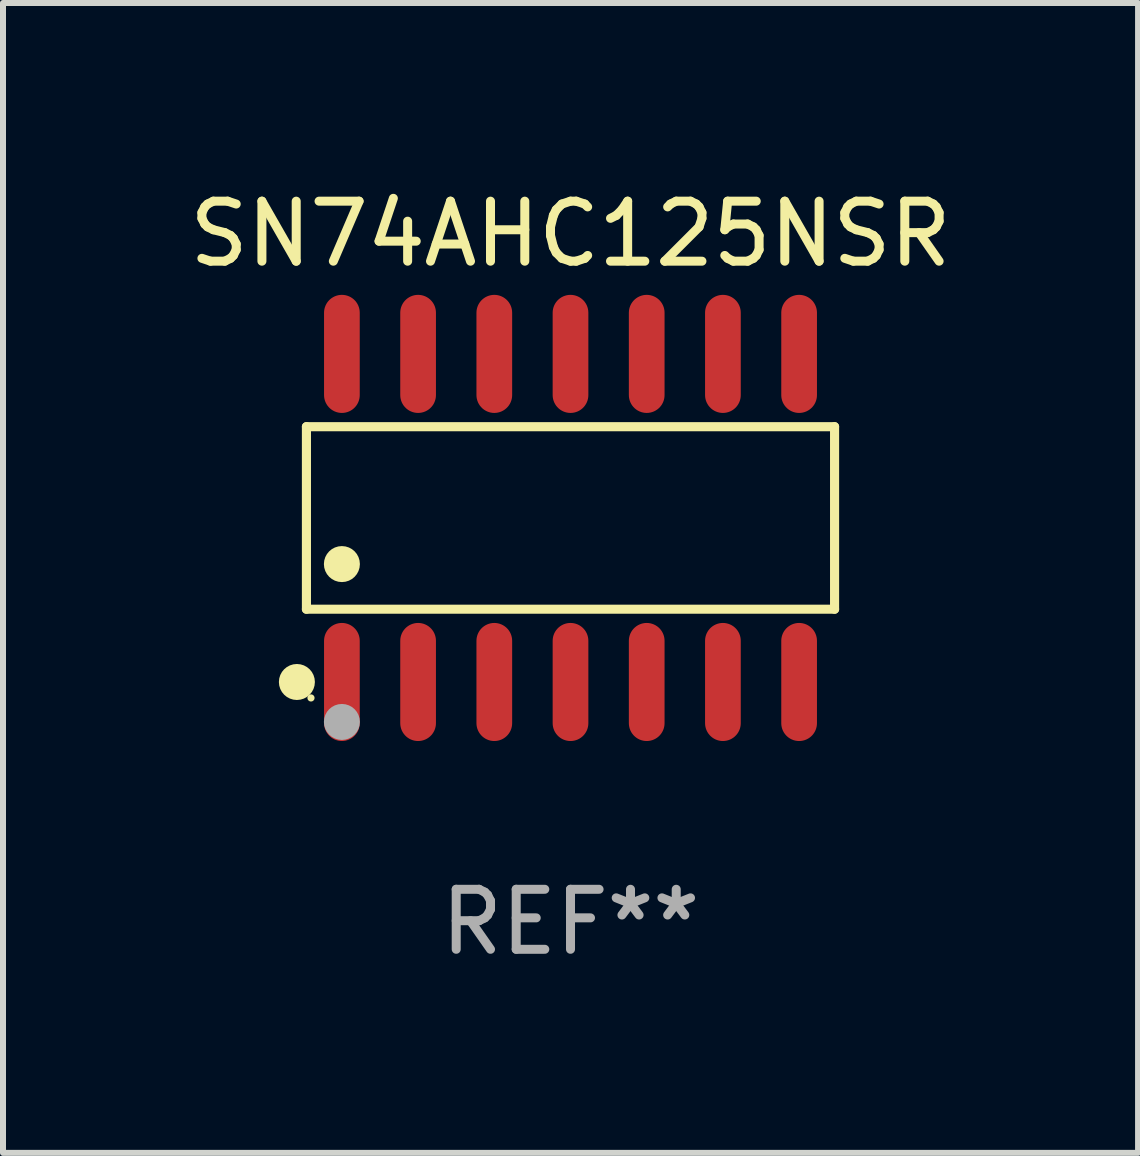
<source format=kicad_pcb>
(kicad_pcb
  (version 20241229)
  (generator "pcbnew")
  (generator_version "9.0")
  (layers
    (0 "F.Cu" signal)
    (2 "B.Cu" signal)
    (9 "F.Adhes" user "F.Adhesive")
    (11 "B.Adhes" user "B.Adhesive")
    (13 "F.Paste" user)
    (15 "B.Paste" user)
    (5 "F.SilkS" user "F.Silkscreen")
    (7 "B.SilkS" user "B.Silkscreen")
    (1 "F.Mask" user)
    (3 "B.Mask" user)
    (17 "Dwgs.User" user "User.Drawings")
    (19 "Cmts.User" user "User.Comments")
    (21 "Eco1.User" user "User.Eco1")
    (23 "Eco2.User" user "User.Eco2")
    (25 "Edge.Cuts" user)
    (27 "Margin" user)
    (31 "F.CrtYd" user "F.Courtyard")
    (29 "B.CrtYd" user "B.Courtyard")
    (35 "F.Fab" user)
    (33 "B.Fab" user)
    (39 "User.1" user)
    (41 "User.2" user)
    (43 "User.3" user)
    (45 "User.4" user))
  (footprint "SN74AHC125NSR"
    (layer "F.Cu")
    (at 6.458 5.582)
    (property "Reference" "SN74AHC125NSR" (at 0 -4.734 0) (layer "F.SilkS") (effects (font (size 1 1) (thickness 0.15))))
    (attr through_hole)
    (fp_line (start -4.401 -1.521) (end 4.401 -1.521) (stroke (width 0.152) (type solid)) (layer "F.SilkS"))
    (fp_line (start -4.401 1.521) (end -4.401 -1.521) (stroke (width 0.152) (type solid)) (layer "F.SilkS"))
    (fp_line (start 4.401 -1.521) (end 4.401 1.521) (stroke (width 0.152) (type solid)) (layer "F.SilkS"))
    (fp_line (start 4.401 1.521) (end -4.401 1.521) (stroke (width 0.152) (type solid)) (layer "F.SilkS"))
    (fp_circle (center -4.56 2.734) (end -4.41 2.734) (stroke (width 0.3) (type solid)) (fill no) (layer "F.SilkS"))
    (fp_circle (center -4.325 3) (end -4.295 3) (stroke (width 0.06) (type solid)) (fill no) (layer "F.SilkS"))
    (fp_circle (center -3.81 0.769) (end -3.66 0.769) (stroke (width 0.3) (type solid)) (fill no) (layer "F.SilkS"))
    (fp_circle (center -3.81 3.4) (end -3.66 3.4) (stroke (width 0.3) (type solid)) (fill no) (layer "F.Fab"))
    (fp_text user "REF**" (at 0 6.734 0) (layer "F.Fab") (effects (font (size 1 1) (thickness 0.15))))
    (pad "1" smd oval (at -3.81 2.734) (size 0.595 1.968) (layers "F.Cu" "F.Mask" "F.Paste"))
    (pad "2" smd oval (at -2.54 2.734) (size 0.595 1.968) (layers "F.Cu" "F.Mask" "F.Paste"))
    (pad "3" smd oval (at -1.27 2.734) (size 0.595 1.968) (layers "F.Cu" "F.Mask" "F.Paste"))
    (pad "4" smd oval (at 0 2.734) (size 0.595 1.968) (layers "F.Cu" "F.Mask" "F.Paste"))
    (pad "5" smd oval (at 1.27 2.734) (size 0.595 1.968) (layers "F.Cu" "F.Mask" "F.Paste"))
    (pad "6" smd oval (at 2.54 2.734) (size 0.595 1.968) (layers "F.Cu" "F.Mask" "F.Paste"))
    (pad "7" smd oval (at 3.81 2.734) (size 0.595 1.968) (layers "F.Cu" "F.Mask" "F.Paste"))
    (pad "8" smd oval (at 3.81 -2.734) (size 0.595 1.968) (layers "F.Cu" "F.Mask" "F.Paste"))
    (pad "9" smd oval (at 2.54 -2.734) (size 0.595 1.968) (layers "F.Cu" "F.Mask" "F.Paste"))
    (pad "10" smd oval (at 1.27 -2.734) (size 0.595 1.968) (layers "F.Cu" "F.Mask" "F.Paste"))
    (pad "11" smd oval (at 0 -2.734) (size 0.595 1.968) (layers "F.Cu" "F.Mask" "F.Paste"))
    (pad "12" smd oval (at -1.27 -2.734) (size 0.595 1.968) (layers "F.Cu" "F.Mask" "F.Paste"))
    (pad "13" smd oval (at -2.54 -2.734) (size 0.595 1.968) (layers "F.Cu" "F.Mask" "F.Paste"))
    (pad "14" smd oval (at -3.81 -2.734) (size 0.595 1.968) (layers "F.Cu" "F.Mask" "F.Paste")))
  (gr_rect
    (start -3 -3)
    (end 15.917 16.164)
    (stroke (width 0.1) (type default))
    (fill no)
    (layer "Edge.Cuts")))
</source>
